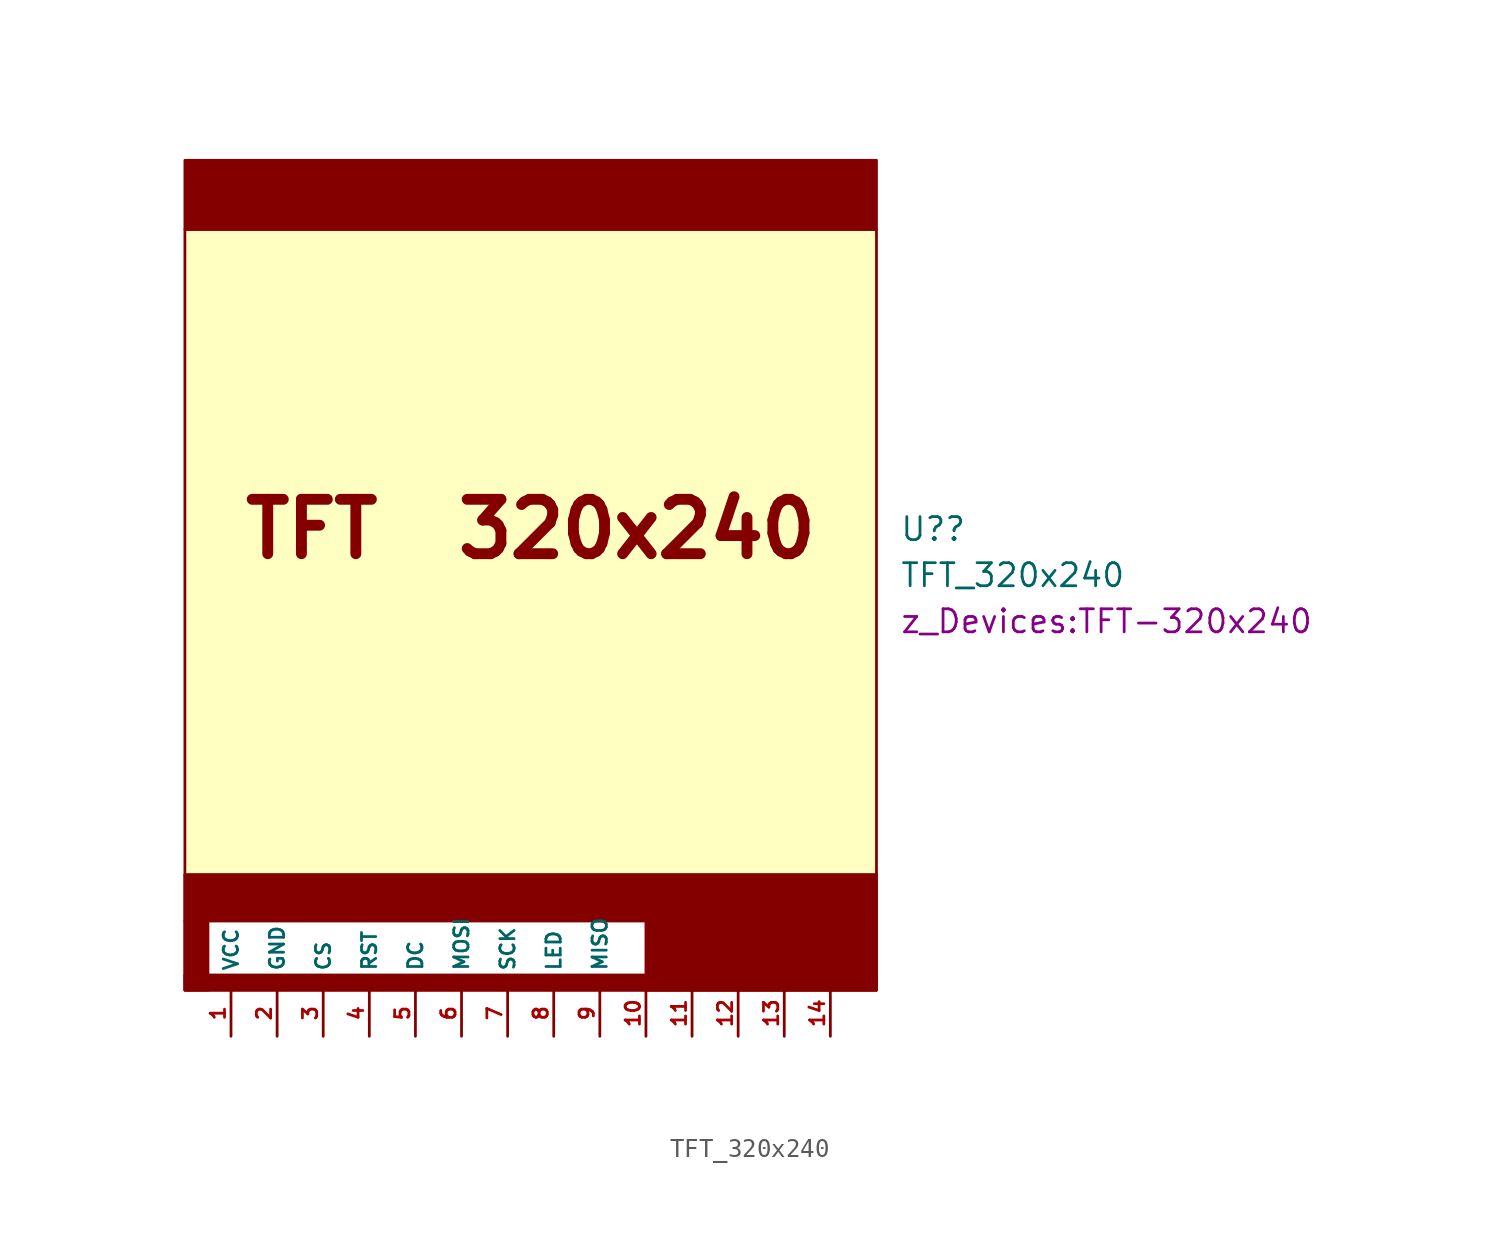
<source format=kicad_sym>
(kicad_symbol_lib
  (version 20211014)
  (generator kicad_symbol_editor)
  (symbol "TFT_320x240"
    (pin_names
      (offset 1.016))
    (property "Reference" "U?"
      (at 20.32 25.4 0)
      (effects (font (size 1.27 1.27)) (justify left)))
    (property "Value" "TFT_320x240"
      (at 20.32 22.86 0)
      (effects (font (size 1.27 1.27)) (justify left)))
    (property "Footprint" "z_Devices:TFT-320x240"
      (at 20.32 20.32 0)
      (effects (font (size 1.27 1.27)) (justify left)))
    (symbol "TFT_320x240_0_0"
      (text "TFT  320x240" (at 0 25.4 0) (effects (font (size 2.997 2.997) bold))))
    (symbol "TFT_320x240_0_1"
      (rectangle (start -19.05 0) (end 19.05 0.838) (stroke (width 0) (type default) (color 0 0 0 0)) (fill (type outline)))
      (rectangle (start -19.05 0) (end 19.05 6.35) (stroke (width 0) (type default) (color 0 0 0 0)) (fill (type none)))
      (rectangle (start -19.05 6.35) (end 19.05 3.81) (stroke (width 0) (type default) (color 0 0 0 0)) (fill (type outline)))
      (rectangle (start -19.05 6.35) (end 19.05 41.91) (stroke (width 0) (type default) (color 0 0 0 0)) (fill (type background)))
      (rectangle (start -19.05 41.91) (end 19.05 45.72) (stroke (width 0) (type default) (color 0 0 0 0)) (fill (type outline)))
      (rectangle (start -17.78 0) (end -19.05 3.81) (stroke (width 0) (type default) (color 0 0 0 0)) (fill (type outline)))
      (rectangle (start 19.05 0) (end 6.35 3.81) (stroke (width 0) (type default) (color 0 0 0 0)) (fill (type outline))))
    (symbol "TFT_320x240_1_1"
      (pin power_in line (at -16.51 -2.54 90) (length 2.54) (name "VCC" (effects (font (size 0.787 0.787)))) (number "1" (effects (font (size 0.787 0.787)))))
      (pin bidirectional line (at 6.35 -2.54 90) (length 2.54) (name "~" (effects (font (size 0.787 0.787)))) (number "10" (effects (font (size 0.787 0.787)))))
      (pin bidirectional line (at 8.89 -2.54 90) (length 2.54) (name "~" (effects (font (size 0.787 0.787)))) (number "11" (effects (font (size 0.787 0.787)))))
      (pin bidirectional line (at 11.43 -2.54 90) (length 2.54) (name "~" (effects (font (size 0.787 0.787)))) (number "12" (effects (font (size 0.787 0.787)))))
      (pin bidirectional line (at 13.97 -2.54 90) (length 2.54) (name "~" (effects (font (size 0.787 0.787)))) (number "13" (effects (font (size 0.787 0.787)))))
      (pin bidirectional line (at 16.51 -2.54 90) (length 2.54) (name "~" (effects (font (size 0.787 0.787)))) (number "14" (effects (font (size 0.787 0.787)))))
      (pin bidirectional line (at -13.97 -2.54 90) (length 2.54) (name "GND" (effects (font (size 0.787 0.787)))) (number "2" (effects (font (size 0.787 0.787)))))
      (pin bidirectional line (at -11.43 -2.54 90) (length 2.54) (name "CS" (effects (font (size 0.787 0.787)))) (number "3" (effects (font (size 0.787 0.787)))))
      (pin bidirectional line (at -8.89 -2.54 90) (length 2.54) (name "RST" (effects (font (size 0.787 0.787)))) (number "4" (effects (font (size 0.787 0.787)))))
      (pin bidirectional line (at -6.35 -2.54 90) (length 2.54) (name "DC" (effects (font (size 0.787 0.787)))) (number "5" (effects (font (size 0.787 0.787)))))
      (pin bidirectional line (at -3.81 -2.54 90) (length 2.54) (name "MOSI" (effects (font (size 0.787 0.787)))) (number "6" (effects (font (size 0.787 0.787)))))
      (pin bidirectional line (at -1.27 -2.54 90) (length 2.54) (name "SCK" (effects (font (size 0.787 0.787)))) (number "7" (effects (font (size 0.787 0.787)))))
      (pin power_in line (at 1.27 -2.54 90) (length 2.54) (name "LED" (effects (font (size 0.787 0.787)))) (number "8" (effects (font (size 0.787 0.787)))))
      (pin bidirectional line (at 3.81 -2.54 90) (length 2.54) (name "MISO" (effects (font (size 0.787 0.787)))) (number "9" (effects (font (size 0.787 0.787))))))))
</source>
